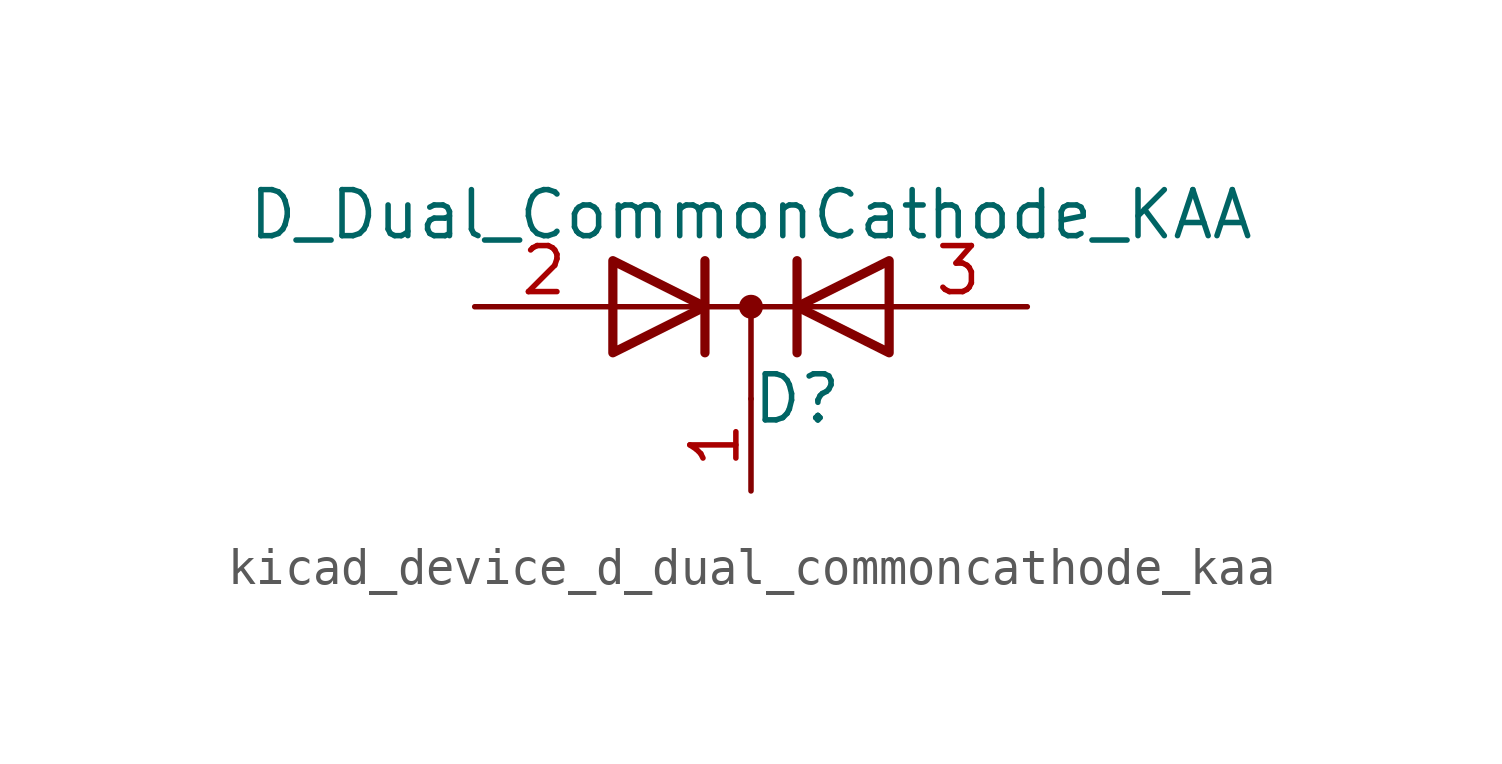
<source format=kicad_sym>
(kicad_symbol_lib
  (version 20220914)
  (generator kicad_symbol_editor)
  (symbol "kicad_device_d_dual_commoncathode_kaa"
    (pin_names
      (offset 0.762) hide)
    (property "Reference" "D"
      (at 1.27 -2.54 0)
      (effects (font (size 1.27 1.27))))
    (property "Value" "D_Dual_CommonCathode_KAA"
      (at 0 2.54 0)
      (effects (font (size 1.27 1.27))))
    (symbol "kicad_device_d_dual_commoncathode_kaa_0_1"
      (polyline (pts (xy -3.81 0) (xy 3.81 0)) (stroke (width 0) (type default)) (fill (type none)))
      (polyline (pts (xy 0 0) (xy 0 -2.54)) (stroke (width 0) (type default)) (fill (type none)))
      (polyline (pts (xy -1.27 -1.27) (xy -1.27 1.27) (xy -1.27 1.27)) (stroke (width 0.254) (type default)) (fill (type none)))
      (polyline (pts (xy 1.27 -1.27) (xy 1.27 1.27) (xy 1.27 1.27)) (stroke (width 0.254) (type default)) (fill (type none)))
      (polyline (pts (xy -3.81 1.27) (xy -1.27 0) (xy -3.81 -1.27) (xy -3.81 1.27) (xy -3.81 1.27) (xy -3.81 1.27)) (stroke (width 0.254) (type default)) (fill (type none)))
      (polyline (pts (xy 3.81 -1.27) (xy 1.27 0) (xy 3.81 1.27) (xy 3.81 -1.27) (xy 3.81 -1.27) (xy 3.81 -1.27)) (stroke (width 0.254) (type default)) (fill (type none)))
      (circle (center 0 0) (radius 0.254) (stroke (width 0) (type default)) (fill (type outline)))
      (pin passive line (at 0 -5.08 90) (length 2.54) (name "K" (effects (font (size 1.27 1.27)))) (number "1" (effects (font (size 1.27 1.27)))))
      (pin passive line (at -7.62 0 0) (length 3.81) (name "A" (effects (font (size 1.27 1.27)))) (number "2" (effects (font (size 1.27 1.27)))))
      (pin passive line (at 7.62 0 180) (length 3.81) (name "A" (effects (font (size 1.27 1.27)))) (number "3" (effects (font (size 1.27 1.27))))))))
</source>
